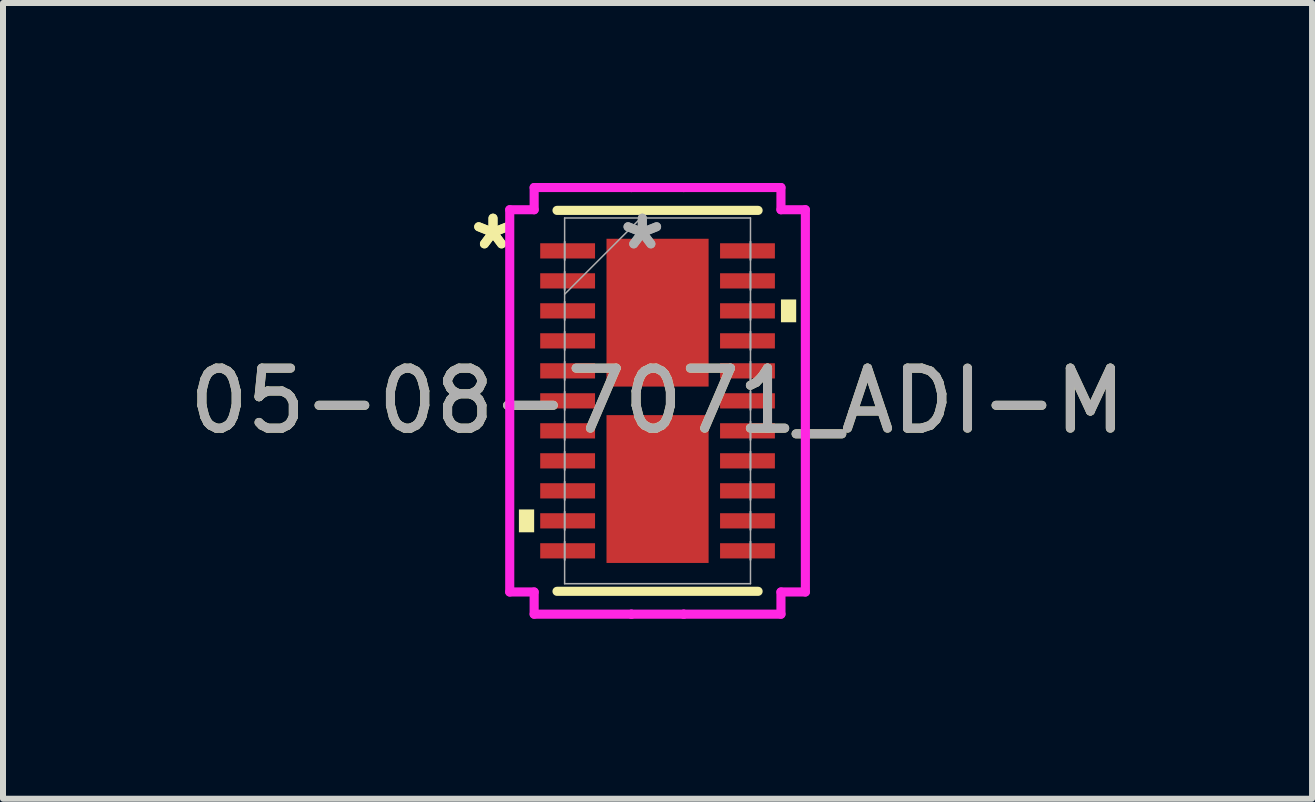
<source format=kicad_pcb>
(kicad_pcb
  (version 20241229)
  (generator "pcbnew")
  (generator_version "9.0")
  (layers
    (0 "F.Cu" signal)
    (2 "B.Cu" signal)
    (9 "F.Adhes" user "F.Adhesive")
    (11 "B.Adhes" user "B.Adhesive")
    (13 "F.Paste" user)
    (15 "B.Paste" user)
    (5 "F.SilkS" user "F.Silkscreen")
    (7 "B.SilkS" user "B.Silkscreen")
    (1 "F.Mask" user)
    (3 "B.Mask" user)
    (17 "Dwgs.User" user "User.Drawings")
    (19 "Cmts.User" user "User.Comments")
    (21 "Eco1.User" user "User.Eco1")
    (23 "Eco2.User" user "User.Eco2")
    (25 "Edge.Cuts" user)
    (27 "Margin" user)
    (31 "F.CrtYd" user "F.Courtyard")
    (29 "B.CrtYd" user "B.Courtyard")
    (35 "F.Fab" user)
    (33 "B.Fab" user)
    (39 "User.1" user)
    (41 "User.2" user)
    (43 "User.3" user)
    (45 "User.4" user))
  (footprint "05-08-7071_ADI-M"
    (layer "F.Cu")
    (at 7.911 3.632)
    (property "Reference" "05-08-7071_ADI-M" (at 0 0 0) (unlocked yes) (layer "F.SilkS") (effects (font (size 1 1) (thickness 0.15))))
    (attr smd)
    (fp_line (start -1.676 3.175) (end 1.676 3.175) (stroke (width 0.152) (type solid)) (layer "F.SilkS"))
    (fp_line (start 1.676 -3.175) (end -1.676 -3.175) (stroke (width 0.152) (type solid)) (layer "F.SilkS"))
    (fp_poly (pts (xy -2.311 1.81) (xy -2.311 2.191) (xy -2.057 2.191) (xy -2.057 1.81)) (stroke (width 0) (type solid)) (fill yes) (layer "F.SilkS"))
    (fp_poly (pts (xy 2.311 -1.69) (xy 2.311 -1.31) (xy 2.057 -1.31) (xy 2.057 -1.69)) (stroke (width 0) (type solid)) (fill yes) (layer "F.SilkS"))
    (fp_line (start -2.464 -3.186) (end -2.057 -3.186) (stroke (width 0.152) (type solid)) (layer "F.CrtYd"))
    (fp_line (start -2.464 3.186) (end -2.464 -3.186) (stroke (width 0.152) (type solid)) (layer "F.CrtYd"))
    (fp_line (start -2.057 -3.556) (end -0.436 -3.556) (stroke (width 0.152) (type solid)) (layer "F.CrtYd"))
    (fp_line (start -2.057 -3.186) (end -2.057 -3.556) (stroke (width 0.152) (type solid)) (layer "F.CrtYd"))
    (fp_line (start -2.057 3.186) (end -2.464 3.186) (stroke (width 0.152) (type solid)) (layer "F.CrtYd"))
    (fp_line (start -2.057 3.556) (end -2.057 3.186) (stroke (width 0.152) (type solid)) (layer "F.CrtYd"))
    (fp_line (start -0.436 -3.556) (end -0.436 -3.556) (stroke (width 0.152) (type solid)) (layer "F.CrtYd"))
    (fp_line (start -0.436 -3.556) (end 0.436 -3.556) (stroke (width 0.152) (type solid)) (layer "F.CrtYd"))
    (fp_line (start -0.436 3.556) (end -2.057 3.556) (stroke (width 0.152) (type solid)) (layer "F.CrtYd"))
    (fp_line (start -0.436 3.556) (end -0.436 3.556) (stroke (width 0.152) (type solid)) (layer "F.CrtYd"))
    (fp_line (start 0.436 -3.556) (end 0.436 -3.556) (stroke (width 0.152) (type solid)) (layer "F.CrtYd"))
    (fp_line (start 0.436 -3.556) (end 2.057 -3.556) (stroke (width 0.152) (type solid)) (layer "F.CrtYd"))
    (fp_line (start 0.436 3.556) (end -0.436 3.556) (stroke (width 0.152) (type solid)) (layer "F.CrtYd"))
    (fp_line (start 0.436 3.556) (end 0.436 3.556) (stroke (width 0.152) (type solid)) (layer "F.CrtYd"))
    (fp_line (start 2.057 -3.556) (end 2.057 -3.186) (stroke (width 0.152) (type solid)) (layer "F.CrtYd"))
    (fp_line (start 2.057 -3.186) (end 2.464 -3.186) (stroke (width 0.152) (type solid)) (layer "F.CrtYd"))
    (fp_line (start 2.057 3.186) (end 2.057 3.556) (stroke (width 0.152) (type solid)) (layer "F.CrtYd"))
    (fp_line (start 2.057 3.556) (end 0.436 3.556) (stroke (width 0.152) (type solid)) (layer "F.CrtYd"))
    (fp_line (start 2.464 -3.186) (end 2.464 3.186) (stroke (width 0.152) (type solid)) (layer "F.CrtYd"))
    (fp_line (start 2.464 3.186) (end 2.057 3.186) (stroke (width 0.152) (type solid)) (layer "F.CrtYd"))
    (fp_line (start -1.549 -3.048) (end -1.549 3.048) (stroke (width 0.025) (type solid)) (layer "F.Fab"))
    (fp_line (start -1.549 -2.652) (end -1.549 -2.652) (stroke (width 0.025) (type solid)) (layer "F.Fab"))
    (fp_line (start -1.549 -2.652) (end -1.549 -2.348) (stroke (width 0.025) (type solid)) (layer "F.Fab"))
    (fp_line (start -1.549 -2.348) (end -1.549 -2.652) (stroke (width 0.025) (type solid)) (layer "F.Fab"))
    (fp_line (start -1.549 -2.348) (end -1.549 -2.348) (stroke (width 0.025) (type solid)) (layer "F.Fab"))
    (fp_line (start -1.549 -2.152) (end -1.549 -2.152) (stroke (width 0.025) (type solid)) (layer "F.Fab"))
    (fp_line (start -1.549 -2.152) (end -1.549 -1.848) (stroke (width 0.025) (type solid)) (layer "F.Fab"))
    (fp_line (start -1.549 -1.848) (end -1.549 -2.152) (stroke (width 0.025) (type solid)) (layer "F.Fab"))
    (fp_line (start -1.549 -1.848) (end -1.549 -1.848) (stroke (width 0.025) (type solid)) (layer "F.Fab"))
    (fp_line (start -1.549 -1.778) (end -0.279 -3.048) (stroke (width 0.025) (type solid)) (layer "F.Fab"))
    (fp_line (start -1.549 -1.652) (end -1.549 -1.652) (stroke (width 0.025) (type solid)) (layer "F.Fab"))
    (fp_line (start -1.549 -1.652) (end -1.549 -1.348) (stroke (width 0.025) (type solid)) (layer "F.Fab"))
    (fp_line (start -1.549 -1.348) (end -1.549 -1.652) (stroke (width 0.025) (type solid)) (layer "F.Fab"))
    (fp_line (start -1.549 -1.348) (end -1.549 -1.348) (stroke (width 0.025) (type solid)) (layer "F.Fab"))
    (fp_line (start -1.549 -1.152) (end -1.549 -1.152) (stroke (width 0.025) (type solid)) (layer "F.Fab"))
    (fp_line (start -1.549 -1.152) (end -1.549 -0.848) (stroke (width 0.025) (type solid)) (layer "F.Fab"))
    (fp_line (start -1.549 -0.848) (end -1.549 -1.152) (stroke (width 0.025) (type solid)) (layer "F.Fab"))
    (fp_line (start -1.549 -0.848) (end -1.549 -0.848) (stroke (width 0.025) (type solid)) (layer "F.Fab"))
    (fp_line (start -1.549 -0.652) (end -1.549 -0.652) (stroke (width 0.025) (type solid)) (layer "F.Fab"))
    (fp_line (start -1.549 -0.652) (end -1.549 -0.348) (stroke (width 0.025) (type solid)) (layer "F.Fab"))
    (fp_line (start -1.549 -0.348) (end -1.549 -0.652) (stroke (width 0.025) (type solid)) (layer "F.Fab"))
    (fp_line (start -1.549 -0.348) (end -1.549 -0.348) (stroke (width 0.025) (type solid)) (layer "F.Fab"))
    (fp_line (start -1.549 -0.152) (end -1.549 -0.152) (stroke (width 0.025) (type solid)) (layer "F.Fab"))
    (fp_line (start -1.549 -0.152) (end -1.549 0.152) (stroke (width 0.025) (type solid)) (layer "F.Fab"))
    (fp_line (start -1.549 0.152) (end -1.549 -0.152) (stroke (width 0.025) (type solid)) (layer "F.Fab"))
    (fp_line (start -1.549 0.152) (end -1.549 0.152) (stroke (width 0.025) (type solid)) (layer "F.Fab"))
    (fp_line (start -1.549 0.348) (end -1.549 0.348) (stroke (width 0.025) (type solid)) (layer "F.Fab"))
    (fp_line (start -1.549 0.348) (end -1.549 0.652) (stroke (width 0.025) (type solid)) (layer "F.Fab"))
    (fp_line (start -1.549 0.652) (end -1.549 0.348) (stroke (width 0.025) (type solid)) (layer "F.Fab"))
    (fp_line (start -1.549 0.652) (end -1.549 0.652) (stroke (width 0.025) (type solid)) (layer "F.Fab"))
    (fp_line (start -1.549 0.848) (end -1.549 0.848) (stroke (width 0.025) (type solid)) (layer "F.Fab"))
    (fp_line (start -1.549 0.848) (end -1.549 1.152) (stroke (width 0.025) (type solid)) (layer "F.Fab"))
    (fp_line (start -1.549 1.152) (end -1.549 0.848) (stroke (width 0.025) (type solid)) (layer "F.Fab"))
    (fp_line (start -1.549 1.152) (end -1.549 1.152) (stroke (width 0.025) (type solid)) (layer "F.Fab"))
    (fp_line (start -1.549 1.348) (end -1.549 1.348) (stroke (width 0.025) (type solid)) (layer "F.Fab"))
    (fp_line (start -1.549 1.348) (end -1.549 1.652) (stroke (width 0.025) (type solid)) (layer "F.Fab"))
    (fp_line (start -1.549 1.652) (end -1.549 1.348) (stroke (width 0.025) (type solid)) (layer "F.Fab"))
    (fp_line (start -1.549 1.652) (end -1.549 1.652) (stroke (width 0.025) (type solid)) (layer "F.Fab"))
    (fp_line (start -1.549 1.848) (end -1.549 1.848) (stroke (width 0.025) (type solid)) (layer "F.Fab"))
    (fp_line (start -1.549 1.848) (end -1.549 2.152) (stroke (width 0.025) (type solid)) (layer "F.Fab"))
    (fp_line (start -1.549 2.152) (end -1.549 1.848) (stroke (width 0.025) (type solid)) (layer "F.Fab"))
    (fp_line (start -1.549 2.152) (end -1.549 2.152) (stroke (width 0.025) (type solid)) (layer "F.Fab"))
    (fp_line (start -1.549 2.348) (end -1.549 2.348) (stroke (width 0.025) (type solid)) (layer "F.Fab"))
    (fp_line (start -1.549 2.348) (end -1.549 2.652) (stroke (width 0.025) (type solid)) (layer "F.Fab"))
    (fp_line (start -1.549 2.652) (end -1.549 2.348) (stroke (width 0.025) (type solid)) (layer "F.Fab"))
    (fp_line (start -1.549 2.652) (end -1.549 2.652) (stroke (width 0.025) (type solid)) (layer "F.Fab"))
    (fp_line (start -1.549 3.048) (end 1.549 3.048) (stroke (width 0.025) (type solid)) (layer "F.Fab"))
    (fp_line (start 1.549 -3.048) (end -1.549 -3.048) (stroke (width 0.025) (type solid)) (layer "F.Fab"))
    (fp_line (start 1.549 -2.652) (end 1.549 -2.652) (stroke (width 0.025) (type solid)) (layer "F.Fab"))
    (fp_line (start 1.549 -2.652) (end 1.549 -2.348) (stroke (width 0.025) (type solid)) (layer "F.Fab"))
    (fp_line (start 1.549 -2.348) (end 1.549 -2.652) (stroke (width 0.025) (type solid)) (layer "F.Fab"))
    (fp_line (start 1.549 -2.348) (end 1.549 -2.348) (stroke (width 0.025) (type solid)) (layer "F.Fab"))
    (fp_line (start 1.549 -2.152) (end 1.549 -2.152) (stroke (width 0.025) (type solid)) (layer "F.Fab"))
    (fp_line (start 1.549 -2.152) (end 1.549 -1.848) (stroke (width 0.025) (type solid)) (layer "F.Fab"))
    (fp_line (start 1.549 -1.848) (end 1.549 -2.152) (stroke (width 0.025) (type solid)) (layer "F.Fab"))
    (fp_line (start 1.549 -1.848) (end 1.549 -1.848) (stroke (width 0.025) (type solid)) (layer "F.Fab"))
    (fp_line (start 1.549 -1.652) (end 1.549 -1.652) (stroke (width 0.025) (type solid)) (layer "F.Fab"))
    (fp_line (start 1.549 -1.652) (end 1.549 -1.348) (stroke (width 0.025) (type solid)) (layer "F.Fab"))
    (fp_line (start 1.549 -1.348) (end 1.549 -1.652) (stroke (width 0.025) (type solid)) (layer "F.Fab"))
    (fp_line (start 1.549 -1.348) (end 1.549 -1.348) (stroke (width 0.025) (type solid)) (layer "F.Fab"))
    (fp_line (start 1.549 -1.152) (end 1.549 -1.152) (stroke (width 0.025) (type solid)) (layer "F.Fab"))
    (fp_line (start 1.549 -1.152) (end 1.549 -0.848) (stroke (width 0.025) (type solid)) (layer "F.Fab"))
    (fp_line (start 1.549 -0.848) (end 1.549 -1.152) (stroke (width 0.025) (type solid)) (layer "F.Fab"))
    (fp_line (start 1.549 -0.848) (end 1.549 -0.848) (stroke (width 0.025) (type solid)) (layer "F.Fab"))
    (fp_line (start 1.549 -0.652) (end 1.549 -0.652) (stroke (width 0.025) (type solid)) (layer "F.Fab"))
    (fp_line (start 1.549 -0.652) (end 1.549 -0.348) (stroke (width 0.025) (type solid)) (layer "F.Fab"))
    (fp_line (start 1.549 -0.348) (end 1.549 -0.652) (stroke (width 0.025) (type solid)) (layer "F.Fab"))
    (fp_line (start 1.549 -0.348) (end 1.549 -0.348) (stroke (width 0.025) (type solid)) (layer "F.Fab"))
    (fp_line (start 1.549 -0.152) (end 1.549 -0.152) (stroke (width 0.025) (type solid)) (layer "F.Fab"))
    (fp_line (start 1.549 -0.152) (end 1.549 0.152) (stroke (width 0.025) (type solid)) (layer "F.Fab"))
    (fp_line (start 1.549 0.152) (end 1.549 -0.152) (stroke (width 0.025) (type solid)) (layer "F.Fab"))
    (fp_line (start 1.549 0.152) (end 1.549 0.152) (stroke (width 0.025) (type solid)) (layer "F.Fab"))
    (fp_line (start 1.549 0.348) (end 1.549 0.348) (stroke (width 0.025) (type solid)) (layer "F.Fab"))
    (fp_line (start 1.549 0.348) (end 1.549 0.652) (stroke (width 0.025) (type solid)) (layer "F.Fab"))
    (fp_line (start 1.549 0.652) (end 1.549 0.348) (stroke (width 0.025) (type solid)) (layer "F.Fab"))
    (fp_line (start 1.549 0.652) (end 1.549 0.652) (stroke (width 0.025) (type solid)) (layer "F.Fab"))
    (fp_line (start 1.549 0.848) (end 1.549 0.848) (stroke (width 0.025) (type solid)) (layer "F.Fab"))
    (fp_line (start 1.549 0.848) (end 1.549 1.152) (stroke (width 0.025) (type solid)) (layer "F.Fab"))
    (fp_line (start 1.549 1.152) (end 1.549 0.848) (stroke (width 0.025) (type solid)) (layer "F.Fab"))
    (fp_line (start 1.549 1.152) (end 1.549 1.152) (stroke (width 0.025) (type solid)) (layer "F.Fab"))
    (fp_line (start 1.549 1.348) (end 1.549 1.348) (stroke (width 0.025) (type solid)) (layer "F.Fab"))
    (fp_line (start 1.549 1.348) (end 1.549 1.652) (stroke (width 0.025) (type solid)) (layer "F.Fab"))
    (fp_line (start 1.549 1.652) (end 1.549 1.348) (stroke (width 0.025) (type solid)) (layer "F.Fab"))
    (fp_line (start 1.549 1.652) (end 1.549 1.652) (stroke (width 0.025) (type solid)) (layer "F.Fab"))
    (fp_line (start 1.549 1.848) (end 1.549 1.848) (stroke (width 0.025) (type solid)) (layer "F.Fab"))
    (fp_line (start 1.549 1.848) (end 1.549 2.152) (stroke (width 0.025) (type solid)) (layer "F.Fab"))
    (fp_line (start 1.549 2.152) (end 1.549 1.848) (stroke (width 0.025) (type solid)) (layer "F.Fab"))
    (fp_line (start 1.549 2.152) (end 1.549 2.152) (stroke (width 0.025) (type solid)) (layer "F.Fab"))
    (fp_line (start 1.549 2.348) (end 1.549 2.348) (stroke (width 0.025) (type solid)) (layer "F.Fab"))
    (fp_line (start 1.549 2.348) (end 1.549 2.652) (stroke (width 0.025) (type solid)) (layer "F.Fab"))
    (fp_line (start 1.549 2.652) (end 1.549 2.348) (stroke (width 0.025) (type solid)) (layer "F.Fab"))
    (fp_line (start 1.549 2.652) (end 1.549 2.652) (stroke (width 0.025) (type solid)) (layer "F.Fab"))
    (fp_line (start 1.549 3.048) (end 1.549 -3.048) (stroke (width 0.025) (type solid)) (layer "F.Fab"))
    (fp_text user "*" (at -2.743 -2.5 0) (layer "F.SilkS") (effects (font (size 1 1) (thickness 0.15))))
    (fp_text user "*" (at -2.743 -2.5 0) (unlocked yes) (layer "F.SilkS") (effects (font (size 1 1) (thickness 0.15))))
    (fp_text user "${REFERENCE}" (at 0 0 0) (unlocked yes) (layer "F.Fab") (effects (font (size 1 1) (thickness 0.15))))
    (fp_text user "*" (at -0.254 -2.5 0) (unlocked yes) (layer "F.Fab") (effects (font (size 1 1) (thickness 0.15))))
    (fp_text user "*" (at -0.254 -2.5 0) (layer "F.Fab") (effects (font (size 1 1) (thickness 0.15))))
    (pad "1" smd rect (at -1.499 -2.5 90) (size 0.254 0.914) (layers "F.Cu" "F.Mask" "F.Paste"))
    (pad "2" smd rect (at -1.499 -2 90) (size 0.254 0.914) (layers "F.Cu" "F.Mask" "F.Paste"))
    (pad "3" smd rect (at -1.499 -1.5 90) (size 0.254 0.914) (layers "F.Cu" "F.Mask" "F.Paste"))
    (pad "4" smd rect (at -1.499 -1 90) (size 0.254 0.914) (layers "F.Cu" "F.Mask" "F.Paste"))
    (pad "5" smd rect (at -1.499 -0.5 90) (size 0.254 0.914) (layers "F.Cu" "F.Mask" "F.Paste"))
    (pad "6" smd rect (at -1.499 0 90) (size 0.254 0.914) (layers "F.Cu" "F.Mask" "F.Paste"))
    (pad "7" smd rect (at -1.499 0.5 90) (size 0.254 0.914) (layers "F.Cu" "F.Mask" "F.Paste"))
    (pad "8" smd rect (at -1.499 1 90) (size 0.254 0.914) (layers "F.Cu" "F.Mask" "F.Paste"))
    (pad "9" smd rect (at -1.499 1.5 90) (size 0.254 0.914) (layers "F.Cu" "F.Mask" "F.Paste"))
    (pad "10" smd rect (at -1.499 2 90) (size 0.254 0.914) (layers "F.Cu" "F.Mask" "F.Paste"))
    (pad "11" smd rect (at -1.499 2.5 90) (size 0.254 0.914) (layers "F.Cu" "F.Mask" "F.Paste"))
    (pad "12" smd rect (at 1.499 2.5 90) (size 0.254 0.914) (layers "F.Cu" "F.Mask" "F.Paste"))
    (pad "13" smd rect (at 1.499 2 90) (size 0.254 0.914) (layers "F.Cu" "F.Mask" "F.Paste"))
    (pad "14" smd rect (at 1.499 1.5 90) (size 0.254 0.914) (layers "F.Cu" "F.Mask" "F.Paste"))
    (pad "15" smd rect (at 1.499 1 90) (size 0.254 0.914) (layers "F.Cu" "F.Mask" "F.Paste"))
    (pad "16" smd rect (at 1.499 0.5 90) (size 0.254 0.914) (layers "F.Cu" "F.Mask" "F.Paste"))
    (pad "17" smd rect (at 1.499 0 90) (size 0.254 0.914) (layers "F.Cu" "F.Mask" "F.Paste"))
    (pad "18" smd rect (at 1.499 -0.5 90) (size 0.254 0.914) (layers "F.Cu" "F.Mask" "F.Paste"))
    (pad "19" smd rect (at 1.499 -1 90) (size 0.254 0.914) (layers "F.Cu" "F.Mask" "F.Paste"))
    (pad "20" smd rect (at 1.499 -1.5 90) (size 0.254 0.914) (layers "F.Cu" "F.Mask" "F.Paste"))
    (pad "21" smd rect (at 1.499 -2 90) (size 0.254 0.914) (layers "F.Cu" "F.Mask" "F.Paste"))
    (pad "22" smd rect (at 1.499 -2.5 90) (size 0.254 0.914) (layers "F.Cu" "F.Mask" "F.Paste"))
    (pad "23" smd rect (at 0 -1.47) (size 1.702 2.464) (layers "F.Cu" "F.Mask" "F.Paste"))
    (pad "24" smd rect (at 0 1.47) (size 1.702 2.464) (layers "F.Cu" "F.Mask" "F.Paste")))
  (gr_rect
    (start -3 -3)
    (end 18.821 10.264)
    (stroke (width 0.1) (type default))
    (fill no)
    (layer "Edge.Cuts")))
</source>
